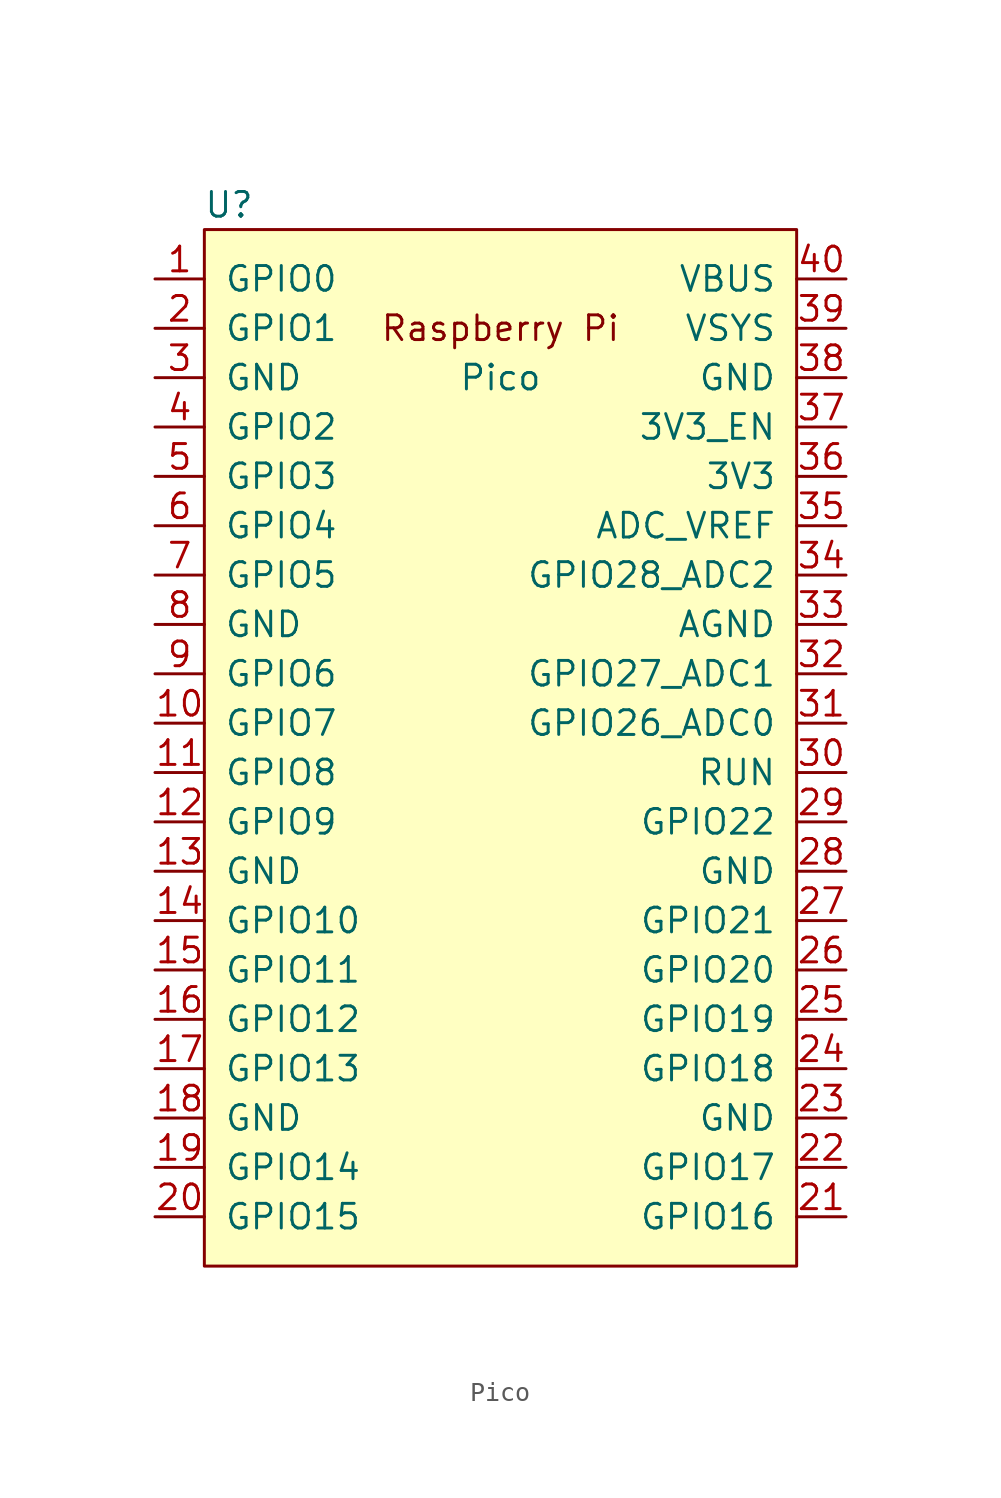
<source format=kicad_sym>
(kicad_symbol_lib
  (version 20231120)
  (generator "kicad_symbol_editor")
  (generator_version "8.0")
  (symbol "Pico"
    (pin_names
      (offset 1.016))
    (property "Reference" "U"
      (at -13.97 27.94 0)
      (effects (font (size 1.27 1.27))))
    (property "Value" "Pico"
      (at 0 19.05 0)
      (effects (font (size 1.27 1.27))))
    (symbol "Pico_0_0"
      (text "Raspberry Pi" (at 0 21.59 0) (effects (font (size 1.27 1.27)))))
    (symbol "Pico_0_1"
      (rectangle (start -15.24 26.67) (end 15.24 -26.67) (stroke (width 0) (type solid)) (fill (type background))))
    (symbol "Pico_1_1"
      (pin bidirectional line (at -17.78 24.13 0) (length 2.54) (name "GPIO0" (effects (font (size 1.27 1.27)))) (number "1" (effects (font (size 1.27 1.27)))))
      (pin bidirectional line (at -17.78 1.27 0) (length 2.54) (name "GPIO7" (effects (font (size 1.27 1.27)))) (number "10" (effects (font (size 1.27 1.27)))))
      (pin bidirectional line (at -17.78 -1.27 0) (length 2.54) (name "GPIO8" (effects (font (size 1.27 1.27)))) (number "11" (effects (font (size 1.27 1.27)))))
      (pin bidirectional line (at -17.78 -3.81 0) (length 2.54) (name "GPIO9" (effects (font (size 1.27 1.27)))) (number "12" (effects (font (size 1.27 1.27)))))
      (pin power_in line (at -17.78 -6.35 0) (length 2.54) (name "GND" (effects (font (size 1.27 1.27)))) (number "13" (effects (font (size 1.27 1.27)))))
      (pin bidirectional line (at -17.78 -8.89 0) (length 2.54) (name "GPIO10" (effects (font (size 1.27 1.27)))) (number "14" (effects (font (size 1.27 1.27)))))
      (pin bidirectional line (at -17.78 -11.43 0) (length 2.54) (name "GPIO11" (effects (font (size 1.27 1.27)))) (number "15" (effects (font (size 1.27 1.27)))))
      (pin bidirectional line (at -17.78 -13.97 0) (length 2.54) (name "GPIO12" (effects (font (size 1.27 1.27)))) (number "16" (effects (font (size 1.27 1.27)))))
      (pin bidirectional line (at -17.78 -16.51 0) (length 2.54) (name "GPIO13" (effects (font (size 1.27 1.27)))) (number "17" (effects (font (size 1.27 1.27)))))
      (pin power_in line (at -17.78 -19.05 0) (length 2.54) (name "GND" (effects (font (size 1.27 1.27)))) (number "18" (effects (font (size 1.27 1.27)))))
      (pin bidirectional line (at -17.78 -21.59 0) (length 2.54) (name "GPIO14" (effects (font (size 1.27 1.27)))) (number "19" (effects (font (size 1.27 1.27)))))
      (pin bidirectional line (at -17.78 21.59 0) (length 2.54) (name "GPIO1" (effects (font (size 1.27 1.27)))) (number "2" (effects (font (size 1.27 1.27)))))
      (pin bidirectional line (at -17.78 -24.13 0) (length 2.54) (name "GPIO15" (effects (font (size 1.27 1.27)))) (number "20" (effects (font (size 1.27 1.27)))))
      (pin bidirectional line (at 17.78 -24.13 180) (length 2.54) (name "GPIO16" (effects (font (size 1.27 1.27)))) (number "21" (effects (font (size 1.27 1.27)))))
      (pin bidirectional line (at 17.78 -21.59 180) (length 2.54) (name "GPIO17" (effects (font (size 1.27 1.27)))) (number "22" (effects (font (size 1.27 1.27)))))
      (pin power_in line (at 17.78 -19.05 180) (length 2.54) (name "GND" (effects (font (size 1.27 1.27)))) (number "23" (effects (font (size 1.27 1.27)))))
      (pin bidirectional line (at 17.78 -16.51 180) (length 2.54) (name "GPIO18" (effects (font (size 1.27 1.27)))) (number "24" (effects (font (size 1.27 1.27)))))
      (pin bidirectional line (at 17.78 -13.97 180) (length 2.54) (name "GPIO19" (effects (font (size 1.27 1.27)))) (number "25" (effects (font (size 1.27 1.27)))))
      (pin bidirectional line (at 17.78 -11.43 180) (length 2.54) (name "GPIO20" (effects (font (size 1.27 1.27)))) (number "26" (effects (font (size 1.27 1.27)))))
      (pin bidirectional line (at 17.78 -8.89 180) (length 2.54) (name "GPIO21" (effects (font (size 1.27 1.27)))) (number "27" (effects (font (size 1.27 1.27)))))
      (pin power_in line (at 17.78 -6.35 180) (length 2.54) (name "GND" (effects (font (size 1.27 1.27)))) (number "28" (effects (font (size 1.27 1.27)))))
      (pin bidirectional line (at 17.78 -3.81 180) (length 2.54) (name "GPIO22" (effects (font (size 1.27 1.27)))) (number "29" (effects (font (size 1.27 1.27)))))
      (pin power_in line (at -17.78 19.05 0) (length 2.54) (name "GND" (effects (font (size 1.27 1.27)))) (number "3" (effects (font (size 1.27 1.27)))))
      (pin input line (at 17.78 -1.27 180) (length 2.54) (name "RUN" (effects (font (size 1.27 1.27)))) (number "30" (effects (font (size 1.27 1.27)))))
      (pin bidirectional line (at 17.78 1.27 180) (length 2.54) (name "GPIO26_ADC0" (effects (font (size 1.27 1.27)))) (number "31" (effects (font (size 1.27 1.27)))))
      (pin bidirectional line (at 17.78 3.81 180) (length 2.54) (name "GPIO27_ADC1" (effects (font (size 1.27 1.27)))) (number "32" (effects (font (size 1.27 1.27)))))
      (pin power_in line (at 17.78 6.35 180) (length 2.54) (name "AGND" (effects (font (size 1.27 1.27)))) (number "33" (effects (font (size 1.27 1.27)))))
      (pin bidirectional line (at 17.78 8.89 180) (length 2.54) (name "GPIO28_ADC2" (effects (font (size 1.27 1.27)))) (number "34" (effects (font (size 1.27 1.27)))))
      (pin unspecified line (at 17.78 11.43 180) (length 2.54) (name "ADC_VREF" (effects (font (size 1.27 1.27)))) (number "35" (effects (font (size 1.27 1.27)))))
      (pin unspecified line (at 17.78 13.97 180) (length 2.54) (name "3V3" (effects (font (size 1.27 1.27)))) (number "36" (effects (font (size 1.27 1.27)))))
      (pin input line (at 17.78 16.51 180) (length 2.54) (name "3V3_EN" (effects (font (size 1.27 1.27)))) (number "37" (effects (font (size 1.27 1.27)))))
      (pin bidirectional line (at 17.78 19.05 180) (length 2.54) (name "GND" (effects (font (size 1.27 1.27)))) (number "38" (effects (font (size 1.27 1.27)))))
      (pin unspecified line (at 17.78 21.59 180) (length 2.54) (name "VSYS" (effects (font (size 1.27 1.27)))) (number "39" (effects (font (size 1.27 1.27)))))
      (pin bidirectional line (at -17.78 16.51 0) (length 2.54) (name "GPIO2" (effects (font (size 1.27 1.27)))) (number "4" (effects (font (size 1.27 1.27)))))
      (pin unspecified line (at 17.78 24.13 180) (length 2.54) (name "VBUS" (effects (font (size 1.27 1.27)))) (number "40" (effects (font (size 1.27 1.27)))))
      (pin bidirectional line (at -17.78 13.97 0) (length 2.54) (name "GPIO3" (effects (font (size 1.27 1.27)))) (number "5" (effects (font (size 1.27 1.27)))))
      (pin bidirectional line (at -17.78 11.43 0) (length 2.54) (name "GPIO4" (effects (font (size 1.27 1.27)))) (number "6" (effects (font (size 1.27 1.27)))))
      (pin bidirectional line (at -17.78 8.89 0) (length 2.54) (name "GPIO5" (effects (font (size 1.27 1.27)))) (number "7" (effects (font (size 1.27 1.27)))))
      (pin power_in line (at -17.78 6.35 0) (length 2.54) (name "GND" (effects (font (size 1.27 1.27)))) (number "8" (effects (font (size 1.27 1.27)))))
      (pin bidirectional line (at -17.78 3.81 0) (length 2.54) (name "GPIO6" (effects (font (size 1.27 1.27)))) (number "9" (effects (font (size 1.27 1.27))))))))
</source>
